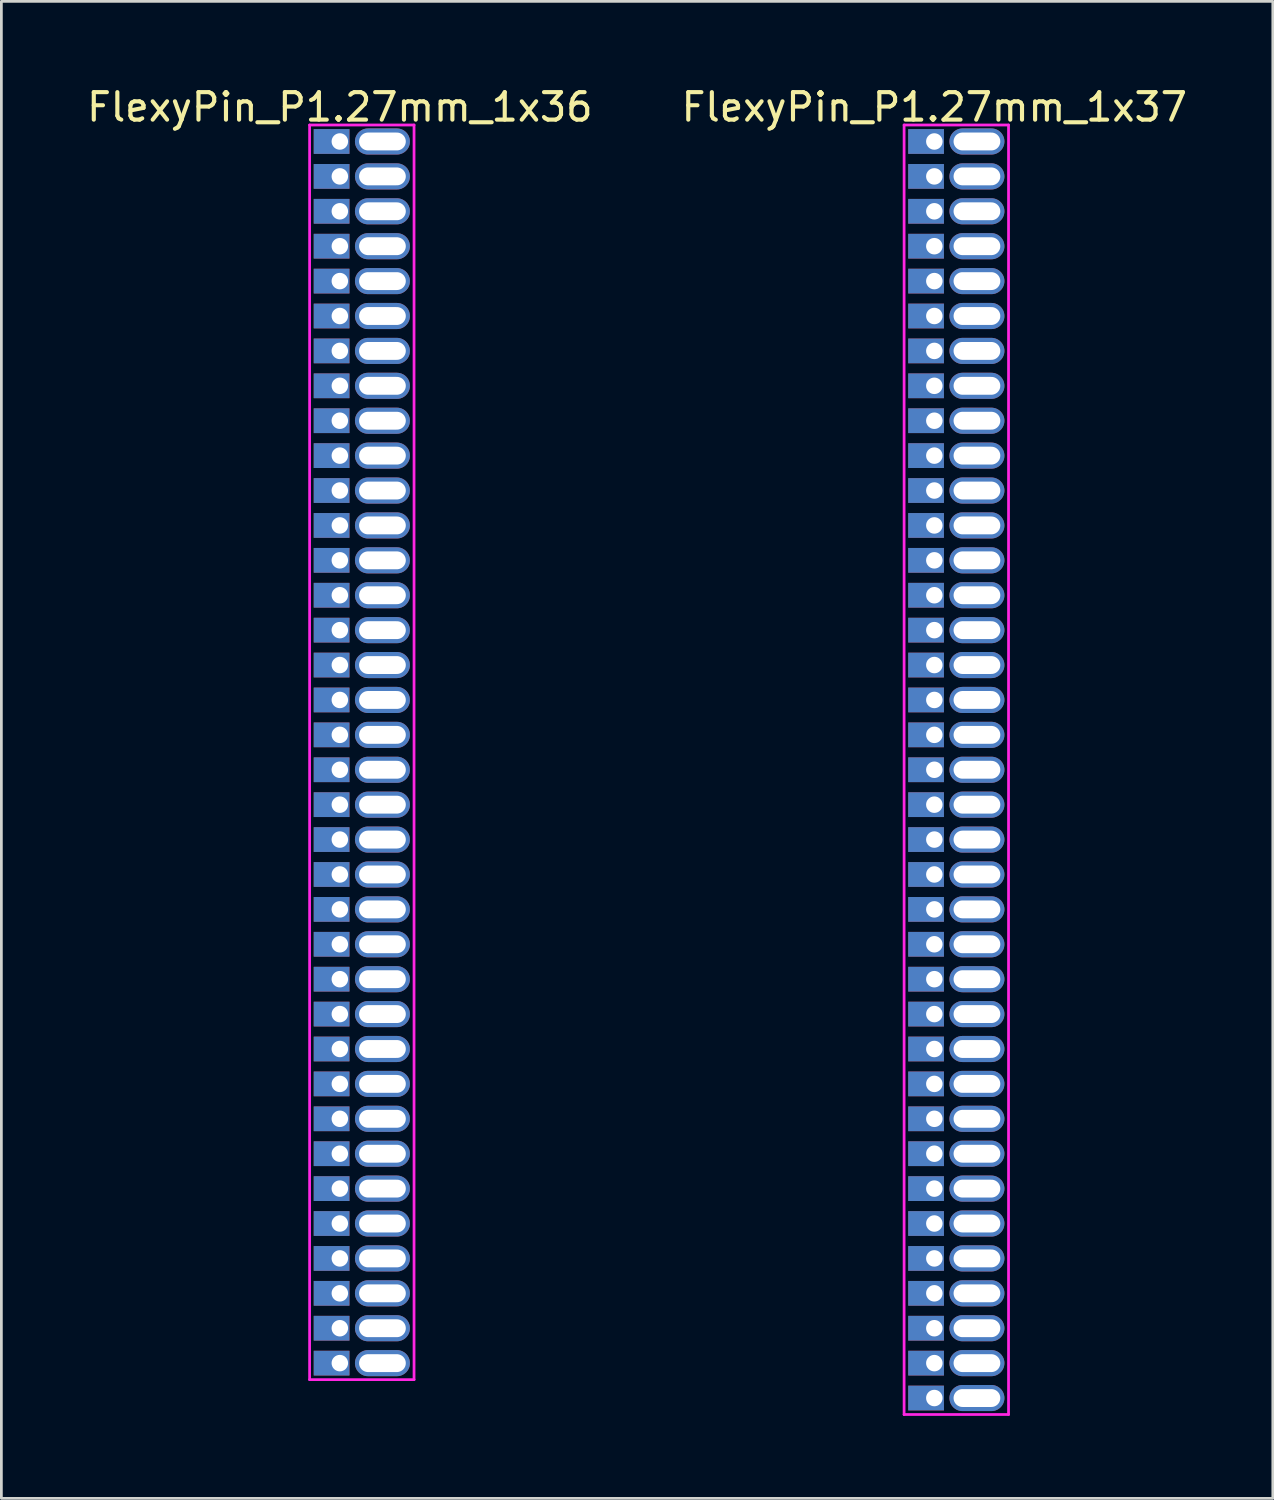
<source format=kicad_pcb>
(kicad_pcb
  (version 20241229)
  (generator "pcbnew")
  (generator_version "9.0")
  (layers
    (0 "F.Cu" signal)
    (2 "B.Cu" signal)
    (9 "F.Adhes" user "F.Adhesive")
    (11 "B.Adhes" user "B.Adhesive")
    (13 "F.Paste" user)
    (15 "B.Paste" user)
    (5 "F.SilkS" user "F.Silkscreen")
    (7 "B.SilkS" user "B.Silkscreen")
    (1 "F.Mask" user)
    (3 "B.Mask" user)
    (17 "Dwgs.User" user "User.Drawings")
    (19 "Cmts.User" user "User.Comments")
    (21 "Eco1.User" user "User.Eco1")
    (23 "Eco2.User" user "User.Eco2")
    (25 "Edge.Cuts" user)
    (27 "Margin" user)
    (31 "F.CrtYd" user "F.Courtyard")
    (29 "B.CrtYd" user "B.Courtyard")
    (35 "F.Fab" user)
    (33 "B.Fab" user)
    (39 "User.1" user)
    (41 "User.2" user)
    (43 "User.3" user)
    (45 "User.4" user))
  (footprint "FlexyPin_P1.27mm_1x37"
    (layer "F.Cu")
    (at 30.946 2.098)
    (property "Reference" "FlexyPin_P1.27mm_1x37" (at 0 -1.25 0) (layer "F.SilkS") (effects (font (size 1 1) (thickness 0.15))))
    (attr through_hole)
    (fp_line (start -1.1 -0.6) (end 2.7 -0.6) (stroke (width 0.1) (type solid)) (layer "F.CrtYd"))
    (fp_line (start -1.1 46.32) (end -1.1 -0.6) (stroke (width 0.1) (type solid)) (layer "F.CrtYd"))
    (fp_line (start 2.7 -0.6) (end 2.7 46.32) (stroke (width 0.1) (type solid)) (layer "F.CrtYd"))
    (fp_line (start 2.7 46.32) (end -1.1 46.32) (stroke (width 0.1) (type solid)) (layer "F.CrtYd"))
    (pad "" thru_hole oval (at 1.55 0) (size 2 0.95) (drill oval 1.7 0.65) (layers "*.Cu" "*.Mask"))
    (pad "" thru_hole oval (at 1.55 1.27) (size 2 0.95) (drill oval 1.7 0.65) (layers "*.Cu" "*.Mask"))
    (pad "" thru_hole oval (at 1.55 2.54) (size 2 0.95) (drill oval 1.7 0.65) (layers "*.Cu" "*.Mask"))
    (pad "" thru_hole oval (at 1.55 3.81) (size 2 0.95) (drill oval 1.7 0.65) (layers "*.Cu" "*.Mask"))
    (pad "" thru_hole oval (at 1.55 5.08) (size 2 0.95) (drill oval 1.7 0.65) (layers "*.Cu" "*.Mask"))
    (pad "" thru_hole oval (at 1.55 6.35) (size 2 0.95) (drill oval 1.7 0.65) (layers "*.Cu" "*.Mask"))
    (pad "" thru_hole oval (at 1.55 7.62) (size 2 0.95) (drill oval 1.7 0.65) (layers "*.Cu" "*.Mask"))
    (pad "" thru_hole oval (at 1.55 8.89) (size 2 0.95) (drill oval 1.7 0.65) (layers "*.Cu" "*.Mask"))
    (pad "" thru_hole oval (at 1.55 10.16) (size 2 0.95) (drill oval 1.7 0.65) (layers "*.Cu" "*.Mask"))
    (pad "" thru_hole oval (at 1.55 11.43) (size 2 0.95) (drill oval 1.7 0.65) (layers "*.Cu" "*.Mask"))
    (pad "" thru_hole oval (at 1.55 12.7) (size 2 0.95) (drill oval 1.7 0.65) (layers "*.Cu" "*.Mask"))
    (pad "" thru_hole oval (at 1.55 13.97) (size 2 0.95) (drill oval 1.7 0.65) (layers "*.Cu" "*.Mask"))
    (pad "" thru_hole oval (at 1.55 15.24) (size 2 0.95) (drill oval 1.7 0.65) (layers "*.Cu" "*.Mask"))
    (pad "" thru_hole oval (at 1.55 16.51) (size 2 0.95) (drill oval 1.7 0.65) (layers "*.Cu" "*.Mask"))
    (pad "" thru_hole oval (at 1.55 17.78) (size 2 0.95) (drill oval 1.7 0.65) (layers "*.Cu" "*.Mask"))
    (pad "" thru_hole oval (at 1.55 19.05) (size 2 0.95) (drill oval 1.7 0.65) (layers "*.Cu" "*.Mask"))
    (pad "" thru_hole oval (at 1.55 20.32) (size 2 0.95) (drill oval 1.7 0.65) (layers "*.Cu" "*.Mask"))
    (pad "" thru_hole oval (at 1.55 21.59) (size 2 0.95) (drill oval 1.7 0.65) (layers "*.Cu" "*.Mask"))
    (pad "" thru_hole oval (at 1.55 22.86) (size 2 0.95) (drill oval 1.7 0.65) (layers "*.Cu" "*.Mask"))
    (pad "" thru_hole oval (at 1.55 24.13) (size 2 0.95) (drill oval 1.7 0.65) (layers "*.Cu" "*.Mask"))
    (pad "" thru_hole oval (at 1.55 25.4) (size 2 0.95) (drill oval 1.7 0.65) (layers "*.Cu" "*.Mask"))
    (pad "" thru_hole oval (at 1.55 26.67) (size 2 0.95) (drill oval 1.7 0.65) (layers "*.Cu" "*.Mask"))
    (pad "" thru_hole oval (at 1.55 27.94) (size 2 0.95) (drill oval 1.7 0.65) (layers "*.Cu" "*.Mask"))
    (pad "" thru_hole oval (at 1.55 29.21) (size 2 0.95) (drill oval 1.7 0.65) (layers "*.Cu" "*.Mask"))
    (pad "" thru_hole oval (at 1.55 30.48) (size 2 0.95) (drill oval 1.7 0.65) (layers "*.Cu" "*.Mask"))
    (pad "" thru_hole oval (at 1.55 31.75) (size 2 0.95) (drill oval 1.7 0.65) (layers "*.Cu" "*.Mask"))
    (pad "" thru_hole oval (at 1.55 33.02) (size 2 0.95) (drill oval 1.7 0.65) (layers "*.Cu" "*.Mask"))
    (pad "" thru_hole oval (at 1.55 34.29) (size 2 0.95) (drill oval 1.7 0.65) (layers "*.Cu" "*.Mask"))
    (pad "" thru_hole oval (at 1.55 35.56) (size 2 0.95) (drill oval 1.7 0.65) (layers "*.Cu" "*.Mask"))
    (pad "" thru_hole oval (at 1.55 36.83) (size 2 0.95) (drill oval 1.7 0.65) (layers "*.Cu" "*.Mask"))
    (pad "" thru_hole oval (at 1.55 38.1) (size 2 0.95) (drill oval 1.7 0.65) (layers "*.Cu" "*.Mask"))
    (pad "" thru_hole oval (at 1.55 39.37) (size 2 0.95) (drill oval 1.7 0.65) (layers "*.Cu" "*.Mask"))
    (pad "" thru_hole oval (at 1.55 40.64) (size 2 0.95) (drill oval 1.7 0.65) (layers "*.Cu" "*.Mask"))
    (pad "" thru_hole oval (at 1.55 41.91) (size 2 0.95) (drill oval 1.7 0.65) (layers "*.Cu" "*.Mask"))
    (pad "" thru_hole oval (at 1.55 43.18) (size 2 0.95) (drill oval 1.7 0.65) (layers "*.Cu" "*.Mask"))
    (pad "" thru_hole oval (at 1.55 44.45) (size 2 0.95) (drill oval 1.7 0.65) (layers "*.Cu" "*.Mask"))
    (pad "" thru_hole oval (at 1.55 45.72) (size 2 0.95) (drill oval 1.7 0.65) (layers "*.Cu" "*.Mask"))
    (pad "1" thru_hole rect (at 0 0) (size 1.3 0.9) (drill 0.6 (offset -0.3 0)) (layers "*.Cu" "*.Mask"))
    (pad "2" thru_hole rect (at 0 1.27) (size 1.3 0.9) (drill 0.6 (offset -0.3 0)) (layers "*.Cu" "*.Mask"))
    (pad "3" thru_hole rect (at 0 2.54) (size 1.3 0.9) (drill 0.6 (offset -0.3 0)) (layers "*.Cu" "*.Mask"))
    (pad "4" thru_hole rect (at 0 3.81) (size 1.3 0.9) (drill 0.6 (offset -0.3 0)) (layers "*.Cu" "*.Mask"))
    (pad "5" thru_hole rect (at 0 5.08) (size 1.3 0.9) (drill 0.6 (offset -0.3 0)) (layers "*.Cu" "*.Mask"))
    (pad "6" thru_hole rect (at 0 6.35) (size 1.3 0.9) (drill 0.6 (offset -0.3 0)) (layers "*.Cu" "*.Mask"))
    (pad "7" thru_hole rect (at 0 7.62) (size 1.3 0.9) (drill 0.6 (offset -0.3 0)) (layers "*.Cu" "*.Mask"))
    (pad "8" thru_hole rect (at 0 8.89) (size 1.3 0.9) (drill 0.6 (offset -0.3 0)) (layers "*.Cu" "*.Mask"))
    (pad "9" thru_hole rect (at 0 10.16) (size 1.3 0.9) (drill 0.6 (offset -0.3 0)) (layers "*.Cu" "*.Mask"))
    (pad "10" thru_hole rect (at 0 11.43) (size 1.3 0.9) (drill 0.6 (offset -0.3 0)) (layers "*.Cu" "*.Mask"))
    (pad "11" thru_hole rect (at 0 12.7) (size 1.3 0.9) (drill 0.6 (offset -0.3 0)) (layers "*.Cu" "*.Mask"))
    (pad "12" thru_hole rect (at 0 13.97) (size 1.3 0.9) (drill 0.6 (offset -0.3 0)) (layers "*.Cu" "*.Mask"))
    (pad "13" thru_hole rect (at 0 15.24) (size 1.3 0.9) (drill 0.6 (offset -0.3 0)) (layers "*.Cu" "*.Mask"))
    (pad "14" thru_hole rect (at 0 16.51) (size 1.3 0.9) (drill 0.6 (offset -0.3 0)) (layers "*.Cu" "*.Mask"))
    (pad "15" thru_hole rect (at 0 17.78) (size 1.3 0.9) (drill 0.6 (offset -0.3 0)) (layers "*.Cu" "*.Mask"))
    (pad "16" thru_hole rect (at 0 19.05) (size 1.3 0.9) (drill 0.6 (offset -0.3 0)) (layers "*.Cu" "*.Mask"))
    (pad "17" thru_hole rect (at 0 20.32) (size 1.3 0.9) (drill 0.6 (offset -0.3 0)) (layers "*.Cu" "*.Mask"))
    (pad "18" thru_hole rect (at 0 21.59) (size 1.3 0.9) (drill 0.6 (offset -0.3 0)) (layers "*.Cu" "*.Mask"))
    (pad "19" thru_hole rect (at 0 22.86) (size 1.3 0.9) (drill 0.6 (offset -0.3 0)) (layers "*.Cu" "*.Mask"))
    (pad "20" thru_hole rect (at 0 24.13) (size 1.3 0.9) (drill 0.6 (offset -0.3 0)) (layers "*.Cu" "*.Mask"))
    (pad "21" thru_hole rect (at 0 25.4) (size 1.3 0.9) (drill 0.6 (offset -0.3 0)) (layers "*.Cu" "*.Mask"))
    (pad "22" thru_hole rect (at 0 26.67) (size 1.3 0.9) (drill 0.6 (offset -0.3 0)) (layers "*.Cu" "*.Mask"))
    (pad "23" thru_hole rect (at 0 27.94) (size 1.3 0.9) (drill 0.6 (offset -0.3 0)) (layers "*.Cu" "*.Mask"))
    (pad "24" thru_hole rect (at 0 29.21) (size 1.3 0.9) (drill 0.6 (offset -0.3 0)) (layers "*.Cu" "*.Mask"))
    (pad "25" thru_hole rect (at 0 30.48) (size 1.3 0.9) (drill 0.6 (offset -0.3 0)) (layers "*.Cu" "*.Mask"))
    (pad "26" thru_hole rect (at 0 31.75) (size 1.3 0.9) (drill 0.6 (offset -0.3 0)) (layers "*.Cu" "*.Mask"))
    (pad "27" thru_hole rect (at 0 33.02) (size 1.3 0.9) (drill 0.6 (offset -0.3 0)) (layers "*.Cu" "*.Mask"))
    (pad "28" thru_hole rect (at 0 34.29) (size 1.3 0.9) (drill 0.6 (offset -0.3 0)) (layers "*.Cu" "*.Mask"))
    (pad "29" thru_hole rect (at 0 35.56) (size 1.3 0.9) (drill 0.6 (offset -0.3 0)) (layers "*.Cu" "*.Mask"))
    (pad "30" thru_hole rect (at 0 36.83) (size 1.3 0.9) (drill 0.6 (offset -0.3 0)) (layers "*.Cu" "*.Mask"))
    (pad "31" thru_hole rect (at 0 38.1) (size 1.3 0.9) (drill 0.6 (offset -0.3 0)) (layers "*.Cu" "*.Mask"))
    (pad "32" thru_hole rect (at 0 39.37) (size 1.3 0.9) (drill 0.6 (offset -0.3 0)) (layers "*.Cu" "*.Mask"))
    (pad "33" thru_hole rect (at 0 40.64) (size 1.3 0.9) (drill 0.6 (offset -0.3 0)) (layers "*.Cu" "*.Mask"))
    (pad "34" thru_hole rect (at 0 41.91) (size 1.3 0.9) (drill 0.6 (offset -0.3 0)) (layers "*.Cu" "*.Mask"))
    (pad "35" thru_hole rect (at 0 43.18) (size 1.3 0.9) (drill 0.6 (offset -0.3 0)) (layers "*.Cu" "*.Mask"))
    (pad "36" thru_hole rect (at 0 44.45) (size 1.3 0.9) (drill 0.6 (offset -0.3 0)) (layers "*.Cu" "*.Mask"))
    (pad "37" thru_hole rect (at 0 45.72) (size 1.3 0.9) (drill 0.6 (offset -0.3 0)) (layers "*.Cu" "*.Mask")))
  (footprint "FlexyPin_P1.27mm_1x36"
    (layer "F.Cu")
    (at 9.315 2.098)
    (property "Reference" "FlexyPin_P1.27mm_1x36" (at 0 -1.25 0) (layer "F.SilkS") (effects (font (size 1 1) (thickness 0.15))))
    (attr through_hole)
    (fp_line (start -1.1 -0.6) (end 2.7 -0.6) (stroke (width 0.1) (type solid)) (layer "F.CrtYd"))
    (fp_line (start -1.1 45.05) (end -1.1 -0.6) (stroke (width 0.1) (type solid)) (layer "F.CrtYd"))
    (fp_line (start 2.7 -0.6) (end 2.7 45.05) (stroke (width 0.1) (type solid)) (layer "F.CrtYd"))
    (fp_line (start 2.7 45.05) (end -1.1 45.05) (stroke (width 0.1) (type solid)) (layer "F.CrtYd"))
    (pad "" thru_hole oval (at 1.55 0) (size 2 0.95) (drill oval 1.7 0.65) (layers "*.Cu" "*.Mask"))
    (pad "" thru_hole oval (at 1.55 1.27) (size 2 0.95) (drill oval 1.7 0.65) (layers "*.Cu" "*.Mask"))
    (pad "" thru_hole oval (at 1.55 2.54) (size 2 0.95) (drill oval 1.7 0.65) (layers "*.Cu" "*.Mask"))
    (pad "" thru_hole oval (at 1.55 3.81) (size 2 0.95) (drill oval 1.7 0.65) (layers "*.Cu" "*.Mask"))
    (pad "" thru_hole oval (at 1.55 5.08) (size 2 0.95) (drill oval 1.7 0.65) (layers "*.Cu" "*.Mask"))
    (pad "" thru_hole oval (at 1.55 6.35) (size 2 0.95) (drill oval 1.7 0.65) (layers "*.Cu" "*.Mask"))
    (pad "" thru_hole oval (at 1.55 7.62) (size 2 0.95) (drill oval 1.7 0.65) (layers "*.Cu" "*.Mask"))
    (pad "" thru_hole oval (at 1.55 8.89) (size 2 0.95) (drill oval 1.7 0.65) (layers "*.Cu" "*.Mask"))
    (pad "" thru_hole oval (at 1.55 10.16) (size 2 0.95) (drill oval 1.7 0.65) (layers "*.Cu" "*.Mask"))
    (pad "" thru_hole oval (at 1.55 11.43) (size 2 0.95) (drill oval 1.7 0.65) (layers "*.Cu" "*.Mask"))
    (pad "" thru_hole oval (at 1.55 12.7) (size 2 0.95) (drill oval 1.7 0.65) (layers "*.Cu" "*.Mask"))
    (pad "" thru_hole oval (at 1.55 13.97) (size 2 0.95) (drill oval 1.7 0.65) (layers "*.Cu" "*.Mask"))
    (pad "" thru_hole oval (at 1.55 15.24) (size 2 0.95) (drill oval 1.7 0.65) (layers "*.Cu" "*.Mask"))
    (pad "" thru_hole oval (at 1.55 16.51) (size 2 0.95) (drill oval 1.7 0.65) (layers "*.Cu" "*.Mask"))
    (pad "" thru_hole oval (at 1.55 17.78) (size 2 0.95) (drill oval 1.7 0.65) (layers "*.Cu" "*.Mask"))
    (pad "" thru_hole oval (at 1.55 19.05) (size 2 0.95) (drill oval 1.7 0.65) (layers "*.Cu" "*.Mask"))
    (pad "" thru_hole oval (at 1.55 20.32) (size 2 0.95) (drill oval 1.7 0.65) (layers "*.Cu" "*.Mask"))
    (pad "" thru_hole oval (at 1.55 21.59) (size 2 0.95) (drill oval 1.7 0.65) (layers "*.Cu" "*.Mask"))
    (pad "" thru_hole oval (at 1.55 22.86) (size 2 0.95) (drill oval 1.7 0.65) (layers "*.Cu" "*.Mask"))
    (pad "" thru_hole oval (at 1.55 24.13) (size 2 0.95) (drill oval 1.7 0.65) (layers "*.Cu" "*.Mask"))
    (pad "" thru_hole oval (at 1.55 25.4) (size 2 0.95) (drill oval 1.7 0.65) (layers "*.Cu" "*.Mask"))
    (pad "" thru_hole oval (at 1.55 26.67) (size 2 0.95) (drill oval 1.7 0.65) (layers "*.Cu" "*.Mask"))
    (pad "" thru_hole oval (at 1.55 27.94) (size 2 0.95) (drill oval 1.7 0.65) (layers "*.Cu" "*.Mask"))
    (pad "" thru_hole oval (at 1.55 29.21) (size 2 0.95) (drill oval 1.7 0.65) (layers "*.Cu" "*.Mask"))
    (pad "" thru_hole oval (at 1.55 30.48) (size 2 0.95) (drill oval 1.7 0.65) (layers "*.Cu" "*.Mask"))
    (pad "" thru_hole oval (at 1.55 31.75) (size 2 0.95) (drill oval 1.7 0.65) (layers "*.Cu" "*.Mask"))
    (pad "" thru_hole oval (at 1.55 33.02) (size 2 0.95) (drill oval 1.7 0.65) (layers "*.Cu" "*.Mask"))
    (pad "" thru_hole oval (at 1.55 34.29) (size 2 0.95) (drill oval 1.7 0.65) (layers "*.Cu" "*.Mask"))
    (pad "" thru_hole oval (at 1.55 35.56) (size 2 0.95) (drill oval 1.7 0.65) (layers "*.Cu" "*.Mask"))
    (pad "" thru_hole oval (at 1.55 36.83) (size 2 0.95) (drill oval 1.7 0.65) (layers "*.Cu" "*.Mask"))
    (pad "" thru_hole oval (at 1.55 38.1) (size 2 0.95) (drill oval 1.7 0.65) (layers "*.Cu" "*.Mask"))
    (pad "" thru_hole oval (at 1.55 39.37) (size 2 0.95) (drill oval 1.7 0.65) (layers "*.Cu" "*.Mask"))
    (pad "" thru_hole oval (at 1.55 40.64) (size 2 0.95) (drill oval 1.7 0.65) (layers "*.Cu" "*.Mask"))
    (pad "" thru_hole oval (at 1.55 41.91) (size 2 0.95) (drill oval 1.7 0.65) (layers "*.Cu" "*.Mask"))
    (pad "" thru_hole oval (at 1.55 43.18) (size 2 0.95) (drill oval 1.7 0.65) (layers "*.Cu" "*.Mask"))
    (pad "" thru_hole oval (at 1.55 44.45) (size 2 0.95) (drill oval 1.7 0.65) (layers "*.Cu" "*.Mask"))
    (pad "1" thru_hole rect (at 0 0) (size 1.3 0.9) (drill 0.6 (offset -0.3 0)) (layers "*.Cu" "*.Mask"))
    (pad "2" thru_hole rect (at 0 1.27) (size 1.3 0.9) (drill 0.6 (offset -0.3 0)) (layers "*.Cu" "*.Mask"))
    (pad "3" thru_hole rect (at 0 2.54) (size 1.3 0.9) (drill 0.6 (offset -0.3 0)) (layers "*.Cu" "*.Mask"))
    (pad "4" thru_hole rect (at 0 3.81) (size 1.3 0.9) (drill 0.6 (offset -0.3 0)) (layers "*.Cu" "*.Mask"))
    (pad "5" thru_hole rect (at 0 5.08) (size 1.3 0.9) (drill 0.6 (offset -0.3 0)) (layers "*.Cu" "*.Mask"))
    (pad "6" thru_hole rect (at 0 6.35) (size 1.3 0.9) (drill 0.6 (offset -0.3 0)) (layers "*.Cu" "*.Mask"))
    (pad "7" thru_hole rect (at 0 7.62) (size 1.3 0.9) (drill 0.6 (offset -0.3 0)) (layers "*.Cu" "*.Mask"))
    (pad "8" thru_hole rect (at 0 8.89) (size 1.3 0.9) (drill 0.6 (offset -0.3 0)) (layers "*.Cu" "*.Mask"))
    (pad "9" thru_hole rect (at 0 10.16) (size 1.3 0.9) (drill 0.6 (offset -0.3 0)) (layers "*.Cu" "*.Mask"))
    (pad "10" thru_hole rect (at 0 11.43) (size 1.3 0.9) (drill 0.6 (offset -0.3 0)) (layers "*.Cu" "*.Mask"))
    (pad "11" thru_hole rect (at 0 12.7) (size 1.3 0.9) (drill 0.6 (offset -0.3 0)) (layers "*.Cu" "*.Mask"))
    (pad "12" thru_hole rect (at 0 13.97) (size 1.3 0.9) (drill 0.6 (offset -0.3 0)) (layers "*.Cu" "*.Mask"))
    (pad "13" thru_hole rect (at 0 15.24) (size 1.3 0.9) (drill 0.6 (offset -0.3 0)) (layers "*.Cu" "*.Mask"))
    (pad "14" thru_hole rect (at 0 16.51) (size 1.3 0.9) (drill 0.6 (offset -0.3 0)) (layers "*.Cu" "*.Mask"))
    (pad "15" thru_hole rect (at 0 17.78) (size 1.3 0.9) (drill 0.6 (offset -0.3 0)) (layers "*.Cu" "*.Mask"))
    (pad "16" thru_hole rect (at 0 19.05) (size 1.3 0.9) (drill 0.6 (offset -0.3 0)) (layers "*.Cu" "*.Mask"))
    (pad "17" thru_hole rect (at 0 20.32) (size 1.3 0.9) (drill 0.6 (offset -0.3 0)) (layers "*.Cu" "*.Mask"))
    (pad "18" thru_hole rect (at 0 21.59) (size 1.3 0.9) (drill 0.6 (offset -0.3 0)) (layers "*.Cu" "*.Mask"))
    (pad "19" thru_hole rect (at 0 22.86) (size 1.3 0.9) (drill 0.6 (offset -0.3 0)) (layers "*.Cu" "*.Mask"))
    (pad "20" thru_hole rect (at 0 24.13) (size 1.3 0.9) (drill 0.6 (offset -0.3 0)) (layers "*.Cu" "*.Mask"))
    (pad "21" thru_hole rect (at 0 25.4) (size 1.3 0.9) (drill 0.6 (offset -0.3 0)) (layers "*.Cu" "*.Mask"))
    (pad "22" thru_hole rect (at 0 26.67) (size 1.3 0.9) (drill 0.6 (offset -0.3 0)) (layers "*.Cu" "*.Mask"))
    (pad "23" thru_hole rect (at 0 27.94) (size 1.3 0.9) (drill 0.6 (offset -0.3 0)) (layers "*.Cu" "*.Mask"))
    (pad "24" thru_hole rect (at 0 29.21) (size 1.3 0.9) (drill 0.6 (offset -0.3 0)) (layers "*.Cu" "*.Mask"))
    (pad "25" thru_hole rect (at 0 30.48) (size 1.3 0.9) (drill 0.6 (offset -0.3 0)) (layers "*.Cu" "*.Mask"))
    (pad "26" thru_hole rect (at 0 31.75) (size 1.3 0.9) (drill 0.6 (offset -0.3 0)) (layers "*.Cu" "*.Mask"))
    (pad "27" thru_hole rect (at 0 33.02) (size 1.3 0.9) (drill 0.6 (offset -0.3 0)) (layers "*.Cu" "*.Mask"))
    (pad "28" thru_hole rect (at 0 34.29) (size 1.3 0.9) (drill 0.6 (offset -0.3 0)) (layers "*.Cu" "*.Mask"))
    (pad "29" thru_hole rect (at 0 35.56) (size 1.3 0.9) (drill 0.6 (offset -0.3 0)) (layers "*.Cu" "*.Mask"))
    (pad "30" thru_hole rect (at 0 36.83) (size 1.3 0.9) (drill 0.6 (offset -0.3 0)) (layers "*.Cu" "*.Mask"))
    (pad "31" thru_hole rect (at 0 38.1) (size 1.3 0.9) (drill 0.6 (offset -0.3 0)) (layers "*.Cu" "*.Mask"))
    (pad "32" thru_hole rect (at 0 39.37) (size 1.3 0.9) (drill 0.6 (offset -0.3 0)) (layers "*.Cu" "*.Mask"))
    (pad "33" thru_hole rect (at 0 40.64) (size 1.3 0.9) (drill 0.6 (offset -0.3 0)) (layers "*.Cu" "*.Mask"))
    (pad "34" thru_hole rect (at 0 41.91) (size 1.3 0.9) (drill 0.6 (offset -0.3 0)) (layers "*.Cu" "*.Mask"))
    (pad "35" thru_hole rect (at 0 43.18) (size 1.3 0.9) (drill 0.6 (offset -0.3 0)) (layers "*.Cu" "*.Mask"))
    (pad "36" thru_hole rect (at 0 44.45) (size 1.3 0.9) (drill 0.6 (offset -0.3 0)) (layers "*.Cu" "*.Mask")))
  (gr_rect
    (start -3 -3)
    (end 43.262 51.468)
    (stroke (width 0.1) (type default))
    (fill no)
    (layer "Edge.Cuts")))
</source>
